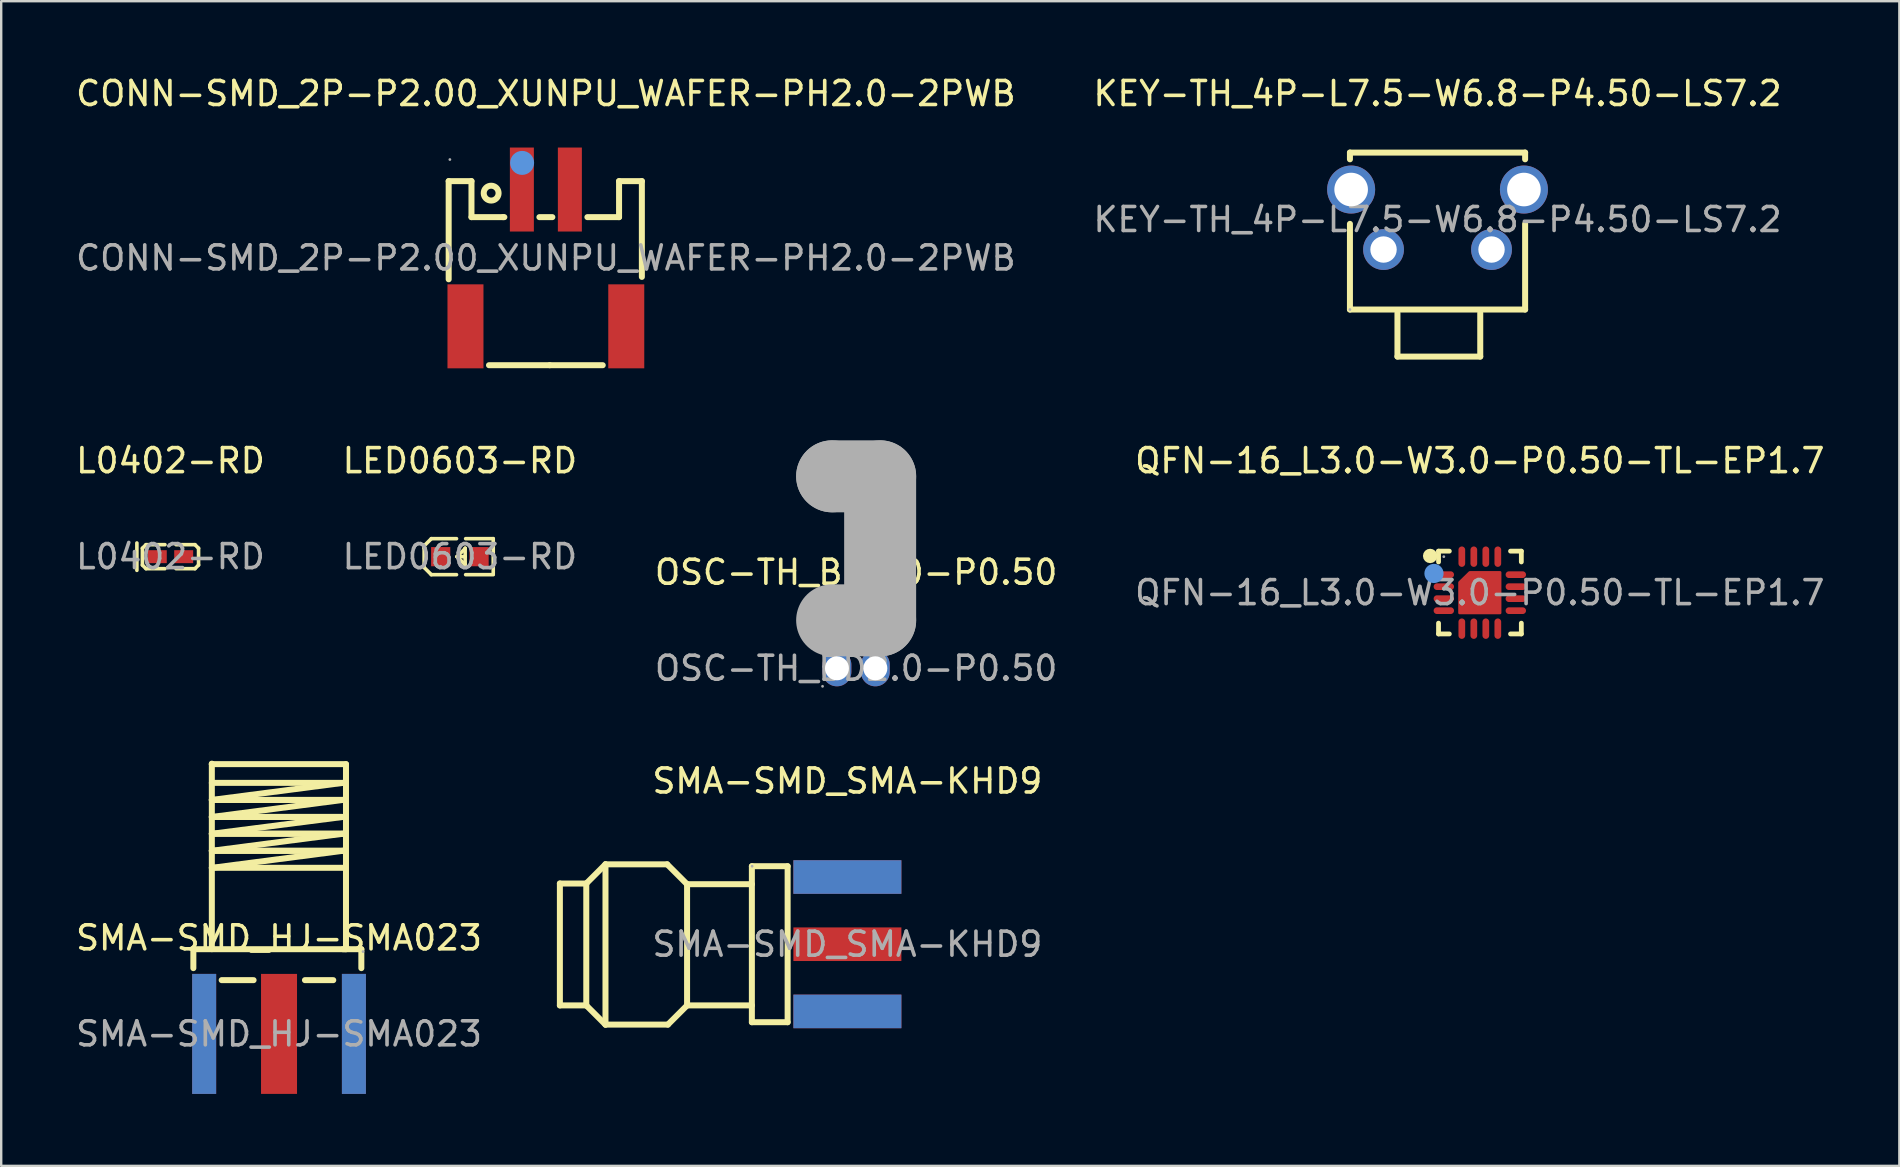
<source format=kicad_pcb>
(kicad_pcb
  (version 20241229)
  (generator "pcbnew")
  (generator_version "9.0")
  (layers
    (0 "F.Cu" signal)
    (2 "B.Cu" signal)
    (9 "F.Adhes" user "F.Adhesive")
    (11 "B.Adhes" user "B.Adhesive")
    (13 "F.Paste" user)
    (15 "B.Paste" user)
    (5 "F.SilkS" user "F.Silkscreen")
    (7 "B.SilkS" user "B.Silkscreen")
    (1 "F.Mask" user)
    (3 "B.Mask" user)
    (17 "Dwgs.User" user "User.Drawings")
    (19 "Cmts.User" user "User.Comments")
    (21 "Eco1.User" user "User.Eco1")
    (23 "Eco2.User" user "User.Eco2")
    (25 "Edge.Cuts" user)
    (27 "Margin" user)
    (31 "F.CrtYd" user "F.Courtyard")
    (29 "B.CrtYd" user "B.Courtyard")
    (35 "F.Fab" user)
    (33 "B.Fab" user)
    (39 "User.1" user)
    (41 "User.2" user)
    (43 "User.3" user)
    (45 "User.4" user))
  (footprint "L0402-RD"
    (layer "F.Cu")
    (at 4.054 20.146)
    (property "Reference" "L0402-RD" (at 0 -4 0) (layer "F.SilkS") (effects (font (size 1 1) (thickness 0.15))))
    (attr smd)
    (fp_line (start -1.4 -0.57) (end -1.4 0.57) (stroke (width 0.15) (type solid)) (layer "F.SilkS"))
    (fp_line (start -1.17 -0.35) (end -1.02 -0.5) (stroke (width 0.15) (type solid)) (layer "F.SilkS"))
    (fp_line (start -1.17 0.35) (end -1.17 -0.35) (stroke (width 0.15) (type solid)) (layer "F.SilkS"))
    (fp_line (start -1.02 -0.5) (end -0.23 -0.5) (stroke (width 0.15) (type solid)) (layer "F.SilkS"))
    (fp_line (start -1.02 0.5) (end -1.17 0.35) (stroke (width 0.15) (type solid)) (layer "F.SilkS"))
    (fp_line (start -0.23 0.5) (end -1.02 0.5) (stroke (width 0.15) (type solid)) (layer "F.SilkS"))
    (fp_line (start 0.23 0.5) (end 1.02 0.5) (stroke (width 0.15) (type solid)) (layer "F.SilkS"))
    (fp_line (start 1.02 -0.5) (end 0.23 -0.5) (stroke (width 0.15) (type solid)) (layer "F.SilkS"))
    (fp_line (start 1.02 0.5) (end 1.17 0.35) (stroke (width 0.15) (type solid)) (layer "F.SilkS"))
    (fp_line (start 1.17 -0.35) (end 1.02 -0.5) (stroke (width 0.15) (type solid)) (layer "F.SilkS"))
    (fp_line (start 1.17 0.35) (end 1.17 -0.35) (stroke (width 0.15) (type solid)) (layer "F.SilkS"))
    (fp_circle (center -0.5 0.25) (end -0.47 0.25) (stroke (width 0.06) (type solid)) (fill no) (layer "F.Fab"))
    (fp_text user "${REFERENCE}" (at 0 0 0) (layer "F.Fab") (effects (font (size 1 1) (thickness 0.15))))
    (pad "1" smd rect (at -0.55 0) (size 0.79 0.54) (layers "F.Cu" "F.Mask" "F.Paste"))
    (pad "2" smd rect (at 0.55 0) (size 0.79 0.54) (layers "F.Cu" "F.Mask" "F.Paste")))
  (footprint "CONN-SMD_2P-P2.00_XUNPU_WAFER-PH2.0-2PWB"
    (layer "F.Cu")
    (at 19.696 7.698)
    (property "Reference" "CONN-SMD_2P-P2.00_XUNPU_WAFER-PH2.0-2PWB" (at 0 -6.85 0) (layer "F.SilkS") (effects (font (size 1 1) (thickness 0.15))))
    (attr smd)
    (fp_line (start -4.05 -3.2) (end -3.1 -3.2) (stroke (width 0.25) (type solid)) (layer "F.SilkS"))
    (fp_line (start -4.05 0.89) (end -4.05 -3.2) (stroke (width 0.25) (type solid)) (layer "F.SilkS"))
    (fp_line (start -3.1 -3.2) (end -3.1 -1.7) (stroke (width 0.25) (type solid)) (layer "F.SilkS"))
    (fp_line (start -3.1 -1.7) (end -1.78 -1.7) (stroke (width 0.25) (type solid)) (layer "F.SilkS"))
    (fp_line (start -1.78 -1.7) (end -1.73 -1.7) (stroke (width 0.25) (type solid)) (layer "F.SilkS"))
    (fp_line (start -0.27 -1.7) (end 0.27 -1.7) (stroke (width 0.25) (type solid)) (layer "F.SilkS"))
    (fp_line (start 0.16 4.47) (end -2.37 4.47) (stroke (width 0.25) (type solid)) (layer "F.SilkS"))
    (fp_line (start 0.16 4.47) (end 2.37 4.47) (stroke (width 0.25) (type solid)) (layer "F.SilkS"))
    (fp_line (start 3.05 -3.2) (end 3.05 -1.7) (stroke (width 0.25) (type solid)) (layer "F.SilkS"))
    (fp_line (start 3.05 -1.7) (end 1.73 -1.7) (stroke (width 0.25) (type solid)) (layer "F.SilkS"))
    (fp_line (start 4 -3.2) (end 3.05 -3.2) (stroke (width 0.25) (type solid)) (layer "F.SilkS"))
    (fp_line (start 4 -3.2) (end 4 0.79) (stroke (width 0.25) (type solid)) (layer "F.SilkS"))
    (fp_circle (center -2.28 -2.7) (end -1.97 -2.7) (stroke (width 0.25) (type solid)) (fill no) (layer "F.SilkS"))
    (fp_circle (center -0.99 -3.96) (end -0.74 -3.96) (stroke (width 0.5) (type solid)) (fill no) (layer "Cmts.User"))
    (fp_circle (center -4 -4.1) (end -3.97 -4.1) (stroke (width 0.06) (type solid)) (fill no) (layer "F.Fab"))
    (fp_text user "${REFERENCE}" (at 0 0 0) (layer "F.Fab") (effects (font (size 1 1) (thickness 0.15))))
    (pad "1" smd rect (at -1 -2.85) (size 1 3.5) (layers "F.Cu" "F.Mask" "F.Paste"))
    (pad "2" smd rect (at 1 -2.85) (size 1 3.5) (layers "F.Cu" "F.Mask" "F.Paste"))
    (pad "3" smd rect (at -3.35 2.85) (size 1.5 3.5) (layers "F.Cu" "F.Mask" "F.Paste"))
    (pad "4" smd rect (at 3.35 2.85) (size 1.5 3.5) (layers "F.Cu" "F.Mask" "F.Paste")))
  (footprint "LED0603-RD"
    (layer "F.Cu")
    (at 16.113 20.146)
    (property "Reference" "LED0603-RD" (at 0 -4 0) (layer "F.SilkS") (effects (font (size 1 1) (thickness 0.15))))
    (attr smd)
    (fp_line (start -1.49 -0.45) (end -1.19 -0.75) (stroke (width 0.15) (type solid)) (layer "F.SilkS"))
    (fp_line (start -1.49 -0.35) (end -1.49 -0.45) (stroke (width 0.15) (type solid)) (layer "F.SilkS"))
    (fp_line (start -1.49 -0.35) (end -1.49 0.35) (stroke (width 0.15) (type solid)) (layer "F.SilkS"))
    (fp_line (start -1.49 0.35) (end -1.49 0.45) (stroke (width 0.15) (type solid)) (layer "F.SilkS"))
    (fp_line (start -1.49 0.45) (end -1.19 0.75) (stroke (width 0.15) (type solid)) (layer "F.SilkS"))
    (fp_line (start -0.14 -0.75) (end -1.19 -0.75) (stroke (width 0.15) (type solid)) (layer "F.SilkS"))
    (fp_line (start -0.14 0.75) (end -1.19 0.75) (stroke (width 0.15) (type solid)) (layer "F.SilkS"))
    (fp_line (start 0.21 0.33) (end -0.12 0) (stroke (width 0.15) (type solid)) (layer "F.SilkS"))
    (fp_line (start 0.22 -0.35) (end 0.22 -0.34) (stroke (width 0.15) (type solid)) (layer "F.SilkS"))
    (fp_line (start 0.22 -0.35) (end 0.22 0.33) (stroke (width 0.15) (type solid)) (layer "F.SilkS"))
    (fp_line (start 0.22 -0.34) (end -0.12 0) (stroke (width 0.15) (type solid)) (layer "F.SilkS"))
    (fp_line (start 0.22 0) (end -0.12 0) (stroke (width 0.15) (type solid)) (layer "F.SilkS"))
    (fp_line (start 0.22 0.33) (end 0.21 0.33) (stroke (width 0.15) (type solid)) (layer "F.SilkS"))
    (fp_line (start 0.24 -0.75) (end 1.39 -0.75) (stroke (width 0.15) (type solid)) (layer "F.SilkS"))
    (fp_line (start 0.24 0.75) (end 1.39 0.75) (stroke (width 0.15) (type solid)) (layer "F.SilkS"))
    (fp_line (start 1.39 -0.75) (end 1.39 0.73) (stroke (width 0.15) (type solid)) (layer "F.SilkS"))
    (fp_circle (center -0.8 0.4) (end -0.77 0.4) (stroke (width 0.06) (type solid)) (fill no) (layer "F.Fab"))
    (fp_text user "${REFERENCE}" (at 0 0 0) (layer "F.Fab") (effects (font (size 1 1) (thickness 0.15))))
    (pad "1" smd rect (at -0.8 0 90) (size 0.8 0.8) (layers "F.Cu" "F.Mask" "F.Paste"))
    (pad "2" smd rect (at 0.8 0 90) (size 0.8 0.8) (layers "F.Cu" "F.Mask" "F.Paste")))
  (footprint "QFN-16_L3.0-W3.0-P0.50-TL-EP1.7"
    (layer "F.Cu")
    (at 58.613 21.646)
    (property "Reference" "QFN-16_L3.0-W3.0-P0.50-TL-EP1.7" (at 0 -5.5 0) (layer "F.SilkS") (effects (font (size 1 1) (thickness 0.15))))
    (attr smd)
    (fp_line (start -1.72 -1.73) (end -1.27 -1.73) (stroke (width 0.2) (type solid)) (layer "F.SilkS"))
    (fp_line (start -1.72 -1.28) (end -1.72 -1.73) (stroke (width 0.2) (type solid)) (layer "F.SilkS"))
    (fp_line (start -1.72 1.72) (end -1.72 1.27) (stroke (width 0.2) (type solid)) (layer "F.SilkS"))
    (fp_line (start -1.27 1.72) (end -1.72 1.72) (stroke (width 0.2) (type solid)) (layer "F.SilkS"))
    (fp_line (start 1.28 -1.73) (end 1.73 -1.73) (stroke (width 0.2) (type solid)) (layer "F.SilkS"))
    (fp_line (start 1.28 1.72) (end 1.73 1.72) (stroke (width 0.2) (type solid)) (layer "F.SilkS"))
    (fp_line (start 1.73 -1.73) (end 1.73 -1.28) (stroke (width 0.2) (type solid)) (layer "F.SilkS"))
    (fp_line (start 1.73 1.72) (end 1.73 1.27) (stroke (width 0.2) (type solid)) (layer "F.SilkS"))
    (fp_arc (start -2.07 -1.53) (mid -2.07 -1.53) (end -2.07 -1.53) (stroke (width 0.3) (type solid)) (layer "F.SilkS"))
    (fp_circle (center -1.91 -0.8) (end -1.71 -0.8) (stroke (width 0.4) (type solid)) (fill no) (layer "Cmts.User"))
    (fp_circle (center -1.5 -1.5) (end -1.47 -1.5) (stroke (width 0.06) (type solid)) (fill no) (layer "F.Fab"))
    (fp_text user "${REFERENCE}" (at 0 0 0) (layer "F.Fab") (effects (font (size 1 1) (thickness 0.15))))
    (pad "1" smd oval (at -1.5 -0.75) (size 0.85 0.28) (layers "F.Cu" "F.Mask" "F.Paste"))
    (pad "2" smd oval (at -1.5 -0.25) (size 0.85 0.28) (layers "F.Cu" "F.Mask" "F.Paste"))
    (pad "3" smd oval (at -1.5 0.25) (size 0.85 0.28) (layers "F.Cu" "F.Mask" "F.Paste"))
    (pad "4" smd oval (at -1.5 0.75) (size 0.85 0.28) (layers "F.Cu" "F.Mask" "F.Paste"))
    (pad "5" smd oval (at -0.75 1.5) (size 0.28 0.85) (layers "F.Cu" "F.Mask" "F.Paste"))
    (pad "6" smd oval (at -0.25 1.5) (size 0.28 0.85) (layers "F.Cu" "F.Mask" "F.Paste"))
    (pad "7" smd oval (at 0.25 1.5) (size 0.28 0.85) (layers "F.Cu" "F.Mask" "F.Paste"))
    (pad "8" smd oval (at 0.75 1.5) (size 0.28 0.85) (layers "F.Cu" "F.Mask" "F.Paste"))
    (pad "9" smd oval (at 1.5 0.75) (size 0.85 0.28) (layers "F.Cu" "F.Mask" "F.Paste"))
    (pad "10" smd oval (at 1.5 0.25) (size 0.85 0.28) (layers "F.Cu" "F.Mask" "F.Paste"))
    (pad "11" smd oval (at 1.5 -0.25) (size 0.85 0.28) (layers "F.Cu" "F.Mask" "F.Paste"))
    (pad "12" smd oval (at 1.5 -0.75) (size 0.85 0.28) (layers "F.Cu" "F.Mask" "F.Paste"))
    (pad "13" smd oval (at 0.75 -1.5) (size 0.28 0.85) (layers "F.Cu" "F.Mask" "F.Paste"))
    (pad "14" smd oval (at 0.25 -1.5) (size 0.28 0.85) (layers "F.Cu" "F.Mask" "F.Paste"))
    (pad "15" smd oval (at -0.25 -1.5) (size 0.28 0.85) (layers "F.Cu" "F.Mask" "F.Paste"))
    (pad "16" smd oval (at -0.75 -1.5) (size 0.28 0.85) (layers "F.Cu" "F.Mask" "F.Paste"))
    (pad "17" smd custom (at 0 0) (size 0.01 0.01) (layers "F.Cu" "F.Mask" "F.Paste") (options (anchor circle)) (primitives (gr_poly (pts (xy 0.85 -0.85) (xy 0.85 0.85) (xy -0.85 0.85) (xy -0.85 -0.43) (xy -0.42 -0.85)) (width 0.1) (fill yes)))))
  (footprint "SMA-SMD_HJ-SMA023"
    (layer "F.Cu")
    (at 8.577 40.032)
    (property "Reference" "SMA-SMD_HJ-SMA023" (at 0 -4 0) (layer "F.SilkS") (effects (font (size 1 1) (thickness 0.15))))
    (attr smd)
    (fp_line (start -3.57 -3.53) (end -3.57 -2.74) (stroke (width 0.25) (type solid)) (layer "F.SilkS"))
    (fp_line (start -2.8 -11.24) (end -2.8 -11.25) (stroke (width 0.25) (type solid)) (layer "F.SilkS"))
    (fp_line (start -2.8 -10.46) (end 2.66 -10.46) (stroke (width 0.25) (type solid)) (layer "F.SilkS"))
    (fp_line (start -2.8 -9.75) (end 2.66 -9.75) (stroke (width 0.25) (type solid)) (layer "F.SilkS"))
    (fp_line (start -2.8 -9.75) (end 2.66 -9.75) (stroke (width 0.25) (type solid)) (layer "F.SilkS"))
    (fp_line (start -2.8 -9.04) (end 2.66 -9.04) (stroke (width 0.25) (type solid)) (layer "F.SilkS"))
    (fp_line (start -2.8 -9.04) (end 2.66 -9.04) (stroke (width 0.25) (type solid)) (layer "F.SilkS"))
    (fp_line (start -2.8 -8.34) (end 2.66 -8.34) (stroke (width 0.25) (type solid)) (layer "F.SilkS"))
    (fp_line (start -2.8 -8.34) (end 2.66 -8.34) (stroke (width 0.25) (type solid)) (layer "F.SilkS"))
    (fp_line (start -2.8 -7.63) (end 2.66 -7.63) (stroke (width 0.25) (type solid)) (layer "F.SilkS"))
    (fp_line (start -2.8 -7.63) (end 2.66 -7.63) (stroke (width 0.25) (type solid)) (layer "F.SilkS"))
    (fp_line (start -2.8 -6.92) (end 2.66 -6.92) (stroke (width 0.25) (type solid)) (layer "F.SilkS"))
    (fp_line (start -2.8 -3.53) (end -2.8 -11.26) (stroke (width 0.25) (type solid)) (layer "F.SilkS"))
    (fp_line (start -2.39 -2.24) (end -1.06 -2.24) (stroke (width 0.25) (type solid)) (layer "F.SilkS"))
    (fp_line (start 1.08 -2.24) (end 2.26 -2.24) (stroke (width 0.25) (type solid)) (layer "F.SilkS"))
    (fp_line (start 2.66 -10.46) (end -2.8 -9.75) (stroke (width 0.25) (type solid)) (layer "F.SilkS"))
    (fp_line (start 2.66 -9.75) (end -2.8 -9.04) (stroke (width 0.25) (type solid)) (layer "F.SilkS"))
    (fp_line (start 2.66 -9.04) (end -2.8 -8.34) (stroke (width 0.25) (type solid)) (layer "F.SilkS"))
    (fp_line (start 2.66 -8.34) (end -2.8 -7.63) (stroke (width 0.25) (type solid)) (layer "F.SilkS"))
    (fp_line (start 2.66 -7.63) (end -2.8 -6.92) (stroke (width 0.25) (type solid)) (layer "F.SilkS"))
    (fp_line (start 2.66 -3.53) (end 2.79 -3.53) (stroke (width 0.25) (type solid)) (layer "F.SilkS"))
    (fp_line (start 2.79 -11.24) (end -2.8 -11.24) (stroke (width 0.25) (type solid)) (layer "F.SilkS"))
    (fp_line (start 2.79 -3.53) (end 2.79 -11.24) (stroke (width 0.25) (type solid)) (layer "F.SilkS"))
    (fp_line (start 3.43 -3.53) (end -3.57 -3.53) (stroke (width 0.25) (type solid)) (layer "F.SilkS"))
    (fp_line (start 3.43 -3.53) (end 3.43 -2.74) (stroke (width 0.25) (type solid)) (layer "F.SilkS"))
    (fp_circle (center 3.5 -3.43) (end 3.53 -3.43) (stroke (width 0.06) (type solid)) (fill no) (layer "F.Fab"))
    (fp_text user "${REFERENCE}" (at 0 0 0) (layer "F.Fab") (effects (font (size 1 1) (thickness 0.15))))
    (pad "1" smd rect (at 0 0) (size 1.5 5) (layers "F.Cu" "F.Mask" "F.Paste"))
    (pad "2" smd rect (at -3.12 0) (size 1 5) (layers "F.Cu" "F.Mask" "F.Paste"))
    (pad "3" smd rect (at 3.12 0) (size 1 5) (layers "F.Cu" "F.Mask" "F.Paste"))
    (pad "4" smd rect (at -3.12 0) (size 1 5) (layers "B.Cu" "B.Mask" "B.Paste"))
    (pad "5" smd rect (at 3.12 0) (size 1 5) (layers "B.Cu" "B.Mask" "B.Paste")))
  (footprint "KEY-TH_4P-L7.5-W6.8-P4.50-LS7.2"
    (layer "F.Cu")
    (at 56.851 6.098)
    (property "Reference" "KEY-TH_4P-L7.5-W6.8-P4.50-LS7.2" (at 0 -5.25 0) (layer "F.SilkS") (effects (font (size 1 1) (thickness 0.15))))
    (attr through_hole)
    (fp_line (start -3.65 -2.79) (end -3.65 -2.51) (stroke (width 0.25) (type solid)) (layer "F.SilkS"))
    (fp_line (start -3.65 0.18) (end -3.65 3.75) (stroke (width 0.25) (type solid)) (layer "F.SilkS"))
    (fp_line (start -3.65 3.75) (end 3.65 3.75) (stroke (width 0.25) (type solid)) (layer "F.SilkS"))
    (fp_line (start -1.67 5.71) (end -1.67 3.9) (stroke (width 0.25) (type solid)) (layer "F.SilkS"))
    (fp_line (start -1.67 5.71) (end 1.78 5.71) (stroke (width 0.25) (type solid)) (layer "F.SilkS"))
    (fp_line (start 1.78 5.71) (end 1.78 3.9) (stroke (width 0.25) (type solid)) (layer "F.SilkS"))
    (fp_line (start 3.65 -2.79) (end -3.65 -2.79) (stroke (width 0.25) (type solid)) (layer "F.SilkS"))
    (fp_line (start 3.65 -2.79) (end 3.65 -2.51) (stroke (width 0.25) (type solid)) (layer "F.SilkS"))
    (fp_line (start 3.65 0.18) (end 3.65 3.75) (stroke (width 0.25) (type solid)) (layer "F.SilkS"))
    (fp_circle (center -3.65 3.75) (end -3.62 3.75) (stroke (width 0.06) (type solid)) (fill no) (layer "F.Fab"))
    (fp_text user "${REFERENCE}" (at 0 0 0) (layer "F.Fab") (effects (font (size 1 1) (thickness 0.15))))
    (pad "1" thru_hole circle (at -2.25 1.25) (size 1.7 1.7) (drill 1.1) (layers "*.Cu" "*.Mask"))
    (pad "2" thru_hole circle (at 2.25 1.25) (size 1.7 1.7) (drill 1.1) (layers "*.Cu" "*.Mask"))
    (pad "3" thru_hole circle (at 3.6 -1.25) (size 2 2) (drill 1.4) (layers "*.Cu" "*.Mask"))
    (pad "4" thru_hole circle (at -3.6 -1.25) (size 2 2) (drill 1.4) (layers "*.Cu" "*.Mask")))
  (footprint "SMA-SMD_SMA-KHD9"
    (layer "F.Cu")
    (at 32.26 36.295)
    (property "Reference" "SMA-SMD_SMA-KHD9" (at 0 -6.8 0) (layer "F.SilkS") (effects (font (size 1 1) (thickness 0.15))))
    (attr smd)
    (fp_line (start -11.98 -2.53) (end -11.98 2.55) (stroke (width 0.25) (type solid)) (layer "F.SilkS"))
    (fp_line (start -11.98 -2.53) (end -10.88 -2.53) (stroke (width 0.25) (type solid)) (layer "F.SilkS"))
    (fp_line (start -11.98 2.55) (end -10.88 2.55) (stroke (width 0.25) (type solid)) (layer "F.SilkS"))
    (fp_line (start -10.88 -2.53) (end -10.88 2.55) (stroke (width 0.25) (type solid)) (layer "F.SilkS"))
    (fp_line (start -10.88 -2.53) (end -10.08 -3.33) (stroke (width 0.25) (type solid)) (layer "F.SilkS"))
    (fp_line (start -10.88 2.55) (end -10.08 3.35) (stroke (width 0.25) (type solid)) (layer "F.SilkS"))
    (fp_line (start -10.08 -3.33) (end -7.51 -3.33) (stroke (width 0.25) (type solid)) (layer "F.SilkS"))
    (fp_line (start -10.08 3.35) (end -10.08 -3.33) (stroke (width 0.25) (type solid)) (layer "F.SilkS"))
    (fp_line (start -10.08 3.35) (end -7.48 3.35) (stroke (width 0.25) (type solid)) (layer "F.SilkS"))
    (fp_line (start -7.51 -3.33) (end -6.68 -2.5) (stroke (width 0.25) (type solid)) (layer "F.SilkS"))
    (fp_line (start -7.48 3.35) (end -6.68 2.55) (stroke (width 0.25) (type solid)) (layer "F.SilkS"))
    (fp_line (start -6.68 -2.5) (end -3.98 -2.5) (stroke (width 0.25) (type solid)) (layer "F.SilkS"))
    (fp_line (start -6.68 2.55) (end -6.68 -2.5) (stroke (width 0.25) (type solid)) (layer "F.SilkS"))
    (fp_line (start -6.68 2.55) (end -3.98 2.55) (stroke (width 0.25) (type solid)) (layer "F.SilkS"))
    (fp_line (start -3.98 -3.25) (end -3.98 3.25) (stroke (width 0.25) (type solid)) (layer "F.SilkS"))
    (fp_line (start -3.98 3.25) (end -2.49 3.25) (stroke (width 0.25) (type solid)) (layer "F.SilkS"))
    (fp_line (start -2.49 -3.25) (end -3.98 -3.25) (stroke (width 0.25) (type solid)) (layer "F.SilkS"))
    (fp_line (start -2.49 3.25) (end -2.49 -3.25) (stroke (width 0.25) (type solid)) (layer "F.SilkS"))
    (fp_circle (center -3.97 -3.25) (end -3.94 -3.25) (stroke (width 0.06) (type solid)) (fill no) (layer "F.Fab"))
    (fp_text user "${REFERENCE}" (at 0 0 0) (layer "F.Fab") (effects (font (size 1 1) (thickness 0.15))))
    (pad "1" smd rect (at 0 -2.8 270) (size 1.4 4.5) (layers "F.Cu" "F.Mask" "F.Paste"))
    (pad "2" smd rect (at 0 0 270) (size 1.4 4.5) (layers "F.Cu" "F.Mask" "F.Paste"))
    (pad "3" smd rect (at 0 2.8 270) (size 1.4 4.5) (layers "F.Cu" "F.Mask" "F.Paste"))
    (pad "4" smd rect (at 0 2.8 270) (size 1.4 4.5) (layers "B.Cu" "B.Mask" "B.Paste"))
    (pad "5" smd rect (at 0 -2.8 270) (size 1.4 4.5) (layers "B.Cu" "B.Mask" "B.Paste")))
  (footprint "OSC-TH_BD2.0-P0.50"
    (layer "F.Cu")
    (at 32.625 24.798)
    (property "Reference" "OSC-TH_BD2.0-P0.50" (at 0 -4 0) (layer "F.SilkS") (effects (font (size 1 1) (thickness 0.15))))
    (attr through_hole)
    (fp_line (start -0.77 -1) (end -0.77 -0.98) (stroke (width 0.25) (type solid)) (layer "F.SilkS"))
    (fp_line (start -0.51 -1.38) (end -0.51 -1.89) (stroke (width 0.25) (type solid)) (layer "F.SilkS"))
    (fp_line (start -0.51 -1.38) (end -0.51 -1.25) (stroke (width 0.25) (type solid)) (layer "F.SilkS"))
    (fp_line (start -0.51 -1.25) (end -0.77 -1) (stroke (width 0.25) (type solid)) (layer "F.SilkS"))
    (fp_line (start 0.5 -1.38) (end 0.5 -1.89) (stroke (width 0.25) (type solid)) (layer "F.SilkS"))
    (fp_line (start 0.5 -1.38) (end 0.5 -1.26) (stroke (width 0.25) (type solid)) (layer "F.SilkS"))
    (fp_line (start 0.5 -1.26) (end 0.76 -1) (stroke (width 0.25) (type solid)) (layer "F.SilkS"))
    (fp_line (start 0.76 -1) (end 0.76 -0.98) (stroke (width 0.25) (type solid)) (layer "F.SilkS"))
    (fp_line (start -1 -8) (end -1 -8) (stroke (width 3) (type solid)) (layer "F.Fab"))
    (fp_line (start -1 -8) (end 1 -8) (stroke (width 3) (type solid)) (layer "F.Fab"))
    (fp_line (start 1 -8) (end 1 -2) (stroke (width 3) (type solid)) (layer "F.Fab"))
    (fp_line (start 1 -2) (end -1 -2) (stroke (width 3) (type solid)) (layer "F.Fab"))
    (fp_circle (center -1.4 0.75) (end -1.37 0.75) (stroke (width 0.06) (type solid)) (fill no) (layer "F.Fab"))
    (fp_circle (center -0.8 0) (end -0.6 0) (stroke (width 0.4) (type solid)) (fill no) (layer "F.Fab"))
    (fp_circle (center 0.8 0) (end 1 0) (stroke (width 0.4) (type solid)) (fill no) (layer "F.Fab"))
    (fp_text user "${REFERENCE}" (at 0 0 0) (layer "F.Fab") (effects (font (size 1 1) (thickness 0.15))))
    (pad "1" thru_hole oval (at -0.8 0) (size 1.2 1.5) (drill 1) (layers "*.Cu" "*.Mask"))
    (pad "2" thru_hole oval (at 0.8 0) (size 1.2 1.5) (drill 1) (layers "*.Cu" "*.Mask")))
  (gr_rect
    (start -3 -3)
    (end 76.095 45.532)
    (stroke (width 0.1) (type default))
    (fill no)
    (layer "Edge.Cuts")))
</source>
